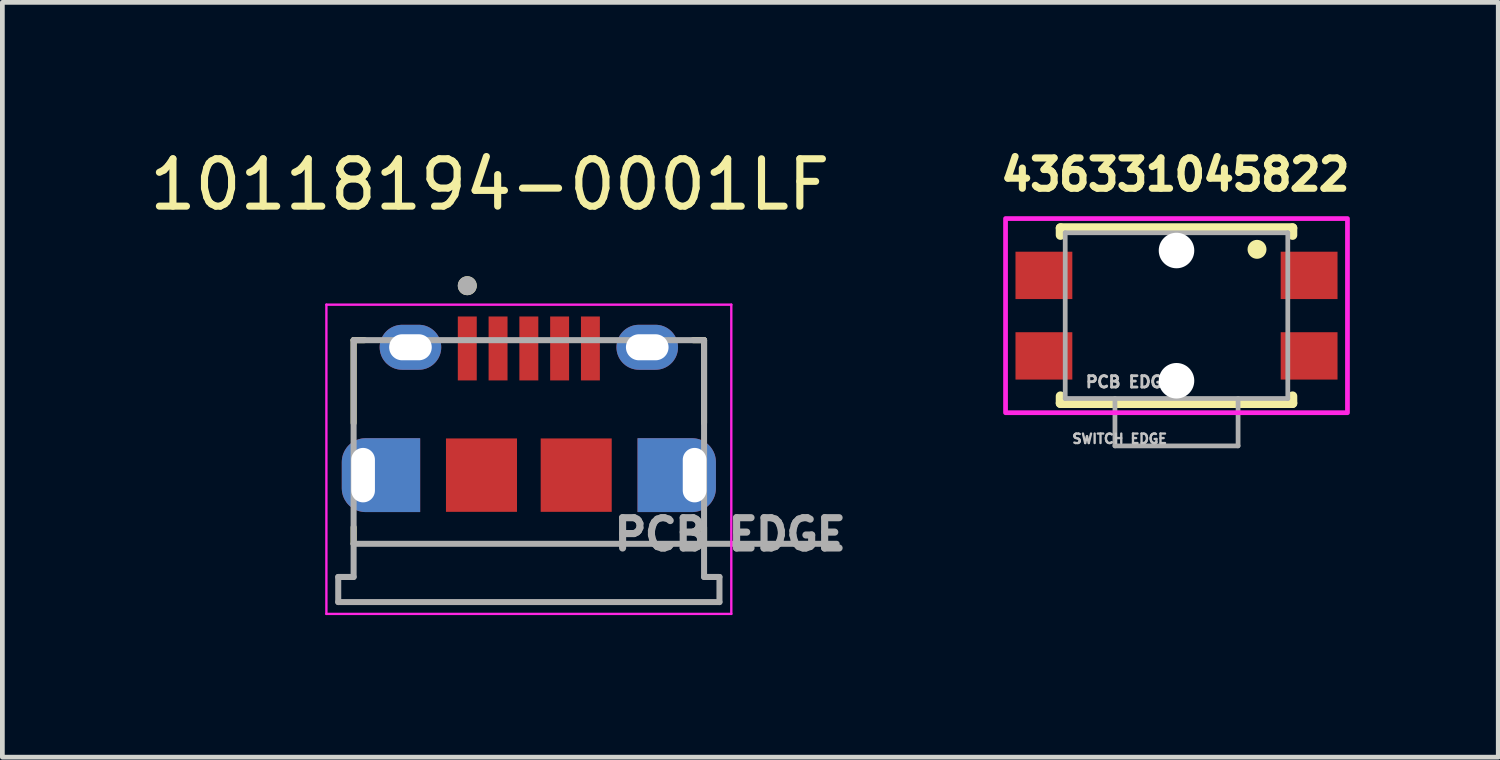
<source format=kicad_pcb>
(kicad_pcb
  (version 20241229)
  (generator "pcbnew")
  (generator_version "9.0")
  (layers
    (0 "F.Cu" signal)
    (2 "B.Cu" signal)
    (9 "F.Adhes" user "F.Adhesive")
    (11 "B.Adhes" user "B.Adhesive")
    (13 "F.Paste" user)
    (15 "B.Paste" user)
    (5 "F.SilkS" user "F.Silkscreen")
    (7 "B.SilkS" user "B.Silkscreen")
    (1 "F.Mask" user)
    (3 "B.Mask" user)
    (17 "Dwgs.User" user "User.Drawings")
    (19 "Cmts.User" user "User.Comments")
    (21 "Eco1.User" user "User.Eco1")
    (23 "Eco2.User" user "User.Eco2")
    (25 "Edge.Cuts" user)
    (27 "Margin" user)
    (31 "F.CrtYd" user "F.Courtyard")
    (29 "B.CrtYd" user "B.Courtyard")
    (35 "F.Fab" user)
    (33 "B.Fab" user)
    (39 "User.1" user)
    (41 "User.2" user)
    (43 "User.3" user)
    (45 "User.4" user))
  (footprint "436331045822"
    (layer "F.Cu")
    (at 21.793 3.615)
    (property "Reference" "436331045822" (at -0.025 -2.978 0) (layer "F.SilkS") (effects (font (size 0.64 0.64) (thickness 0.15))))
    (attr smd)
    (fp_line (start -2.45 -1.85) (end 2.45 -1.85) (stroke (width 0.2) (type solid)) (layer "F.SilkS"))
    (fp_line (start -2.45 -1.7) (end -2.45 -1.85) (stroke (width 0.2) (type solid)) (layer "F.SilkS"))
    (fp_line (start -2.45 1.7) (end -2.45 1.85) (stroke (width 0.2) (type solid)) (layer "F.SilkS"))
    (fp_line (start -2.45 1.85) (end 2.45 1.85) (stroke (width 0.2) (type solid)) (layer "F.SilkS"))
    (fp_line (start 2.45 -1.85) (end 2.45 -1.7) (stroke (width 0.2) (type solid)) (layer "F.SilkS"))
    (fp_line (start 2.45 1.85) (end 2.45 1.7) (stroke (width 0.2) (type solid)) (layer "F.SilkS"))
    (fp_circle (center 1.7 -1.4) (end 1.8 -1.4) (stroke (width 0.2) (type solid)) (fill no) (layer "F.SilkS"))
    (fp_poly (pts (xy -3.61 -2.05) (xy 3.61 -2.05) (xy 3.61 2.05) (xy -3.61 2.05)) (stroke (width 0.1) (type solid)) (fill no) (layer "F.CrtYd"))
    (fp_line (start -2.35 -1.75) (end -2.35 1.75) (stroke (width 0.1) (type solid)) (layer "F.Fab"))
    (fp_line (start -1.3 1.75) (end -1.3 2.75) (stroke (width 0.1) (type solid)) (layer "F.Fab"))
    (fp_line (start -1.3 2.75) (end 1.3 2.75) (stroke (width 0.1) (type solid)) (layer "F.Fab"))
    (fp_line (start 1.3 2.75) (end 1.3 1.75) (stroke (width 0.1) (type solid)) (layer "F.Fab"))
    (fp_line (start 2.35 -1.75) (end -2.35 -1.75) (stroke (width 0.1) (type solid)) (layer "F.Fab"))
    (fp_line (start 2.35 1.75) (end -2.35 1.75) (stroke (width 0.1) (type solid)) (layer "F.Fab"))
    (fp_line (start 2.35 1.75) (end 2.35 -1.75) (stroke (width 0.1) (type solid)) (layer "F.Fab"))
    (fp_text user "PCB EDGE" (at -1 1.4 0) (layer "Dwgs.User") (effects (font (size 0.24 0.24) (thickness 0.15))))
    (fp_text user "SWITCH EDGE" (at -1.2 2.6 0) (layer "Dwgs.User") (effects (font (size 0.2 0.2) (thickness 0.15))))
    (pad "" np_thru_hole circle (at 0 -1.375) (size 0.75 0.75) (drill 0.75) (layers "*.Cu" "*.Mask"))
    (pad "" np_thru_hole circle (at 0 1.375) (size 0.75 0.75) (drill 0.75) (layers "*.Cu" "*.Mask"))
    (pad "1" smd rect (at 2.8 -0.85) (size 1.2 1) (layers "F.Cu" "F.Mask" "F.Paste"))
    (pad "2" smd rect (at 2.8 0.85) (size 1.2 1) (layers "F.Cu" "F.Mask" "F.Paste"))
    (pad "3" smd rect (at -2.8 -0.85) (size 1.2 1) (layers "F.Cu" "F.Mask" "F.Paste"))
    (pad "4" smd rect (at -2.8 0.85) (size 1.2 1) (layers "F.Cu" "F.Mask" "F.Paste")))
  (footprint "10118194-0001LF"
    (layer "F.Cu")
    (at 8.117 6.983)
    (property "Reference" "10118194-0001LF" (at -0.825 -6.135 0) (layer "F.SilkS") (effects (font (size 1 1) (thickness 0.15))))
    (attr smd)
    (fp_poly (pts (xy -2.2 0.875) (xy -3.445 0.875) (xy -3.476 0.874) (xy -3.508 0.872) (xy -3.539 0.868) (xy -3.57 0.862) (xy -3.6 0.855) (xy -3.63 0.846) (xy -3.66 0.835) (xy -3.689 0.823) (xy -3.717 0.81) (xy -3.745 0.795) (xy -3.772 0.778) (xy -3.798 0.76) (xy -3.823 0.741) (xy -3.846 0.721) (xy -3.869 0.699) (xy -3.891 0.676) (xy -3.911 0.653) (xy -3.93 0.628) (xy -3.948 0.602) (xy -3.965 0.575) (xy -3.98 0.547) (xy -3.993 0.519) (xy -4.005 0.49) (xy -4.016 0.46) (xy -4.025 0.43) (xy -4.032 0.4) (xy -4.038 0.369) (xy -4.042 0.338) (xy -4.044 0.306) (xy -4.045 0.275) (xy -4.045 -0.275) (xy -4.044 -0.306) (xy -4.042 -0.338) (xy -4.038 -0.369) (xy -4.032 -0.4) (xy -4.025 -0.43) (xy -4.016 -0.46) (xy -4.005 -0.49) (xy -3.993 -0.519) (xy -3.98 -0.547) (xy -3.965 -0.575) (xy -3.948 -0.602) (xy -3.93 -0.628) (xy -3.911 -0.653) (xy -3.891 -0.676) (xy -3.869 -0.699) (xy -3.846 -0.721) (xy -3.823 -0.741) (xy -3.798 -0.76) (xy -3.772 -0.778) (xy -3.745 -0.795) (xy -3.717 -0.81) (xy -3.689 -0.823) (xy -3.66 -0.835) (xy -3.63 -0.846) (xy -3.6 -0.855) (xy -3.57 -0.862) (xy -3.539 -0.868) (xy -3.508 -0.872) (xy -3.476 -0.874) (xy -3.445 -0.875) (xy -2.2 -0.875) (xy -2.2 0.875)) (stroke (width 0.01) (type solid)) (fill yes) (layer "F.Mask"))
    (fp_poly (pts (xy 2.2 -0.875) (xy 3.445 -0.875) (xy 3.476 -0.874) (xy 3.508 -0.872) (xy 3.539 -0.868) (xy 3.57 -0.862) (xy 3.6 -0.855) (xy 3.63 -0.846) (xy 3.66 -0.835) (xy 3.689 -0.823) (xy 3.717 -0.81) (xy 3.745 -0.795) (xy 3.772 -0.778) (xy 3.798 -0.76) (xy 3.823 -0.741) (xy 3.846 -0.721) (xy 3.869 -0.699) (xy 3.891 -0.676) (xy 3.911 -0.653) (xy 3.93 -0.628) (xy 3.948 -0.602) (xy 3.965 -0.575) (xy 3.98 -0.547) (xy 3.993 -0.519) (xy 4.005 -0.49) (xy 4.016 -0.46) (xy 4.025 -0.43) (xy 4.032 -0.4) (xy 4.038 -0.369) (xy 4.042 -0.338) (xy 4.044 -0.306) (xy 4.045 -0.275) (xy 4.045 0.275) (xy 4.044 0.306) (xy 4.042 0.338) (xy 4.038 0.369) (xy 4.032 0.4) (xy 4.025 0.43) (xy 4.016 0.46) (xy 4.005 0.49) (xy 3.993 0.519) (xy 3.98 0.547) (xy 3.965 0.575) (xy 3.948 0.602) (xy 3.93 0.628) (xy 3.911 0.653) (xy 3.891 0.676) (xy 3.869 0.699) (xy 3.846 0.721) (xy 3.823 0.741) (xy 3.798 0.76) (xy 3.772 0.778) (xy 3.745 0.795) (xy 3.717 0.81) (xy 3.689 0.823) (xy 3.66 0.835) (xy 3.63 0.846) (xy 3.6 0.855) (xy 3.57 0.862) (xy 3.539 0.868) (xy 3.508 0.872) (xy 3.476 0.874) (xy 3.445 0.875) (xy 2.2 0.875) (xy 2.2 -0.875)) (stroke (width 0.01) (type solid)) (fill yes) (layer "F.Mask"))
    (fp_poly (pts (xy -3.013 -0.388) (xy -3.013 0.388) (xy -3.013 0.413) (xy -3.015 0.438) (xy -3.019 0.464) (xy -3.023 0.489) (xy -3.029 0.514) (xy -3.036 0.538) (xy -3.045 0.562) (xy -3.055 0.586) (xy -3.066 0.609) (xy -3.078 0.631) (xy -3.091 0.653) (xy -3.106 0.674) (xy -3.121 0.694) (xy -3.138 0.714) (xy -3.155 0.732) (xy -3.174 0.75) (xy -3.193 0.766) (xy -3.213 0.782) (xy -3.234 0.796) (xy -3.256 0.81) (xy -3.279 0.822) (xy -3.302 0.833) (xy -3.325 0.843) (xy -3.349 0.851) (xy -3.374 0.858) (xy -3.399 0.864) (xy -3.424 0.869) (xy -3.449 0.872) (xy -3.474 0.874) (xy -3.5 0.875) (xy -3.526 0.874) (xy -3.551 0.872) (xy -3.576 0.869) (xy -3.601 0.864) (xy -3.626 0.858) (xy -3.651 0.851) (xy -3.675 0.843) (xy -3.698 0.833) (xy -3.721 0.822) (xy -3.744 0.81) (xy -3.766 0.796) (xy -3.787 0.782) (xy -3.807 0.766) (xy -3.826 0.75) (xy -3.845 0.732) (xy -3.862 0.714) (xy -3.879 0.694) (xy -3.894 0.674) (xy -3.909 0.653) (xy -3.922 0.631) (xy -3.934 0.609) (xy -3.945 0.586) (xy -3.955 0.562) (xy -3.964 0.538) (xy -3.971 0.514) (xy -3.977 0.489) (xy -3.981 0.464) (xy -3.985 0.438) (xy -3.987 0.413) (xy -3.987 0.388) (xy -3.987 -0.388) (xy -3.987 -0.413) (xy -3.985 -0.438) (xy -3.981 -0.464) (xy -3.977 -0.489) (xy -3.971 -0.514) (xy -3.964 -0.538) (xy -3.955 -0.562) (xy -3.945 -0.586) (xy -3.934 -0.609) (xy -3.922 -0.631) (xy -3.909 -0.653) (xy -3.894 -0.674) (xy -3.879 -0.694) (xy -3.862 -0.714) (xy -3.845 -0.732) (xy -3.826 -0.75) (xy -3.807 -0.766) (xy -3.787 -0.782) (xy -3.766 -0.796) (xy -3.744 -0.81) (xy -3.721 -0.822) (xy -3.698 -0.833) (xy -3.675 -0.843) (xy -3.651 -0.851) (xy -3.626 -0.858) (xy -3.601 -0.864) (xy -3.576 -0.869) (xy -3.551 -0.872) (xy -3.526 -0.874) (xy -3.5 -0.875) (xy -3.474 -0.874) (xy -3.449 -0.872) (xy -3.424 -0.869) (xy -3.399 -0.864) (xy -3.374 -0.858) (xy -3.349 -0.851) (xy -3.325 -0.843) (xy -3.302 -0.833) (xy -3.279 -0.822) (xy -3.256 -0.81) (xy -3.234 -0.796) (xy -3.213 -0.782) (xy -3.193 -0.766) (xy -3.174 -0.75) (xy -3.155 -0.732) (xy -3.138 -0.714) (xy -3.121 -0.694) (xy -3.106 -0.674) (xy -3.091 -0.653) (xy -3.078 -0.631) (xy -3.066 -0.609) (xy -3.055 -0.586) (xy -3.045 -0.562) (xy -3.036 -0.538) (xy -3.029 -0.514) (xy -3.023 -0.489) (xy -3.019 -0.464) (xy -3.015 -0.438) (xy -3.013 -0.413) (xy -3.013 -0.388) (xy -3.013 -0.388)) (stroke (width 0.01) (type solid)) (fill yes) (layer "B.Mask"))
    (fp_poly (pts (xy 3.987 -0.388) (xy 3.987 0.388) (xy 3.987 0.413) (xy 3.985 0.438) (xy 3.981 0.464) (xy 3.977 0.489) (xy 3.971 0.514) (xy 3.964 0.538) (xy 3.955 0.562) (xy 3.945 0.586) (xy 3.934 0.609) (xy 3.922 0.631) (xy 3.909 0.653) (xy 3.894 0.674) (xy 3.879 0.694) (xy 3.862 0.714) (xy 3.845 0.732) (xy 3.826 0.75) (xy 3.807 0.766) (xy 3.787 0.782) (xy 3.766 0.796) (xy 3.744 0.81) (xy 3.721 0.822) (xy 3.698 0.833) (xy 3.675 0.843) (xy 3.651 0.851) (xy 3.626 0.858) (xy 3.601 0.864) (xy 3.576 0.869) (xy 3.551 0.872) (xy 3.526 0.874) (xy 3.5 0.875) (xy 3.474 0.874) (xy 3.449 0.872) (xy 3.424 0.869) (xy 3.399 0.864) (xy 3.374 0.858) (xy 3.349 0.851) (xy 3.325 0.843) (xy 3.302 0.833) (xy 3.279 0.822) (xy 3.256 0.81) (xy 3.234 0.796) (xy 3.213 0.782) (xy 3.193 0.766) (xy 3.174 0.75) (xy 3.155 0.732) (xy 3.138 0.714) (xy 3.121 0.694) (xy 3.106 0.674) (xy 3.091 0.653) (xy 3.078 0.631) (xy 3.066 0.609) (xy 3.055 0.586) (xy 3.045 0.562) (xy 3.036 0.538) (xy 3.029 0.514) (xy 3.023 0.489) (xy 3.019 0.464) (xy 3.015 0.438) (xy 3.013 0.413) (xy 3.013 0.388) (xy 3.013 -0.388) (xy 3.013 -0.413) (xy 3.015 -0.438) (xy 3.019 -0.464) (xy 3.023 -0.489) (xy 3.029 -0.514) (xy 3.036 -0.538) (xy 3.045 -0.562) (xy 3.055 -0.586) (xy 3.066 -0.609) (xy 3.078 -0.631) (xy 3.091 -0.653) (xy 3.106 -0.674) (xy 3.121 -0.694) (xy 3.138 -0.714) (xy 3.155 -0.732) (xy 3.174 -0.75) (xy 3.193 -0.766) (xy 3.213 -0.782) (xy 3.234 -0.796) (xy 3.256 -0.81) (xy 3.279 -0.822) (xy 3.302 -0.833) (xy 3.325 -0.843) (xy 3.349 -0.851) (xy 3.374 -0.858) (xy 3.399 -0.864) (xy 3.424 -0.869) (xy 3.449 -0.872) (xy 3.474 -0.874) (xy 3.5 -0.875) (xy 3.526 -0.874) (xy 3.551 -0.872) (xy 3.576 -0.869) (xy 3.601 -0.864) (xy 3.626 -0.858) (xy 3.651 -0.851) (xy 3.675 -0.843) (xy 3.698 -0.833) (xy 3.721 -0.822) (xy 3.744 -0.81) (xy 3.766 -0.796) (xy 3.787 -0.782) (xy 3.807 -0.766) (xy 3.826 -0.75) (xy 3.845 -0.732) (xy 3.862 -0.714) (xy 3.879 -0.694) (xy 3.894 -0.674) (xy 3.909 -0.653) (xy 3.922 -0.631) (xy 3.934 -0.609) (xy 3.945 -0.586) (xy 3.955 -0.562) (xy 3.964 -0.538) (xy 3.971 -0.514) (xy 3.977 -0.489) (xy 3.981 -0.464) (xy 3.985 -0.438) (xy 3.987 -0.413) (xy 3.987 -0.388) (xy 3.987 -0.388)) (stroke (width 0.01) (type solid)) (fill yes) (layer "B.Mask"))
    (fp_line (start -3.7 -2.85) (end -3.47 -2.85) (stroke (width 0.127) (type solid)) (layer "F.SilkS"))
    (fp_line (start -3.7 -1.1) (end -3.7 -2.85) (stroke (width 0.127) (type solid)) (layer "F.SilkS"))
    (fp_line (start -3.7 1.45) (end -3.7 1.1) (stroke (width 0.127) (type solid)) (layer "F.SilkS"))
    (fp_line (start 3.47 -2.85) (end 3.7 -2.85) (stroke (width 0.127) (type solid)) (layer "F.SilkS"))
    (fp_line (start 3.7 -2.85) (end 3.7 -1.1) (stroke (width 0.127) (type solid)) (layer "F.SilkS"))
    (fp_line (start 3.7 1.1) (end 3.7 1.45) (stroke (width 0.127) (type solid)) (layer "F.SilkS"))
    (fp_circle (center -1.3 -4) (end -1.2 -4) (stroke (width 0.2) (type solid)) (fill no) (layer "F.SilkS"))
    (fp_poly (pts (xy -2.3 0.775) (xy -3.445 0.775) (xy -3.471 0.774) (xy -3.497 0.772) (xy -3.523 0.769) (xy -3.549 0.764) (xy -3.574 0.758) (xy -3.6 0.751) (xy -3.624 0.742) (xy -3.648 0.732) (xy -3.672 0.721) (xy -3.695 0.708) (xy -3.717 0.694) (xy -3.739 0.68) (xy -3.76 0.664) (xy -3.78 0.647) (xy -3.799 0.629) (xy -3.817 0.61) (xy -3.834 0.59) (xy -3.85 0.569) (xy -3.864 0.547) (xy -3.878 0.525) (xy -3.891 0.502) (xy -3.902 0.478) (xy -3.912 0.454) (xy -3.921 0.43) (xy -3.928 0.404) (xy -3.934 0.379) (xy -3.939 0.353) (xy -3.942 0.327) (xy -3.944 0.301) (xy -3.945 0.275) (xy -3.945 -0.275) (xy -3.944 -0.301) (xy -3.942 -0.327) (xy -3.939 -0.353) (xy -3.934 -0.379) (xy -3.928 -0.404) (xy -3.921 -0.43) (xy -3.912 -0.454) (xy -3.902 -0.478) (xy -3.891 -0.502) (xy -3.878 -0.525) (xy -3.864 -0.547) (xy -3.85 -0.569) (xy -3.834 -0.59) (xy -3.817 -0.61) (xy -3.799 -0.629) (xy -3.78 -0.647) (xy -3.76 -0.664) (xy -3.739 -0.68) (xy -3.717 -0.694) (xy -3.695 -0.708) (xy -3.672 -0.721) (xy -3.648 -0.732) (xy -3.624 -0.742) (xy -3.6 -0.751) (xy -3.574 -0.758) (xy -3.549 -0.764) (xy -3.523 -0.769) (xy -3.497 -0.772) (xy -3.471 -0.774) (xy -3.445 -0.775) (xy -2.3 -0.775) (xy -2.3 0.775)) (stroke (width 0.01) (type solid)) (fill yes) (layer "F.Paste"))
    (fp_poly (pts (xy 2.3 -0.775) (xy 3.445 -0.775) (xy 3.471 -0.774) (xy 3.497 -0.772) (xy 3.523 -0.769) (xy 3.549 -0.764) (xy 3.574 -0.758) (xy 3.6 -0.751) (xy 3.624 -0.742) (xy 3.648 -0.732) (xy 3.672 -0.721) (xy 3.695 -0.708) (xy 3.717 -0.694) (xy 3.739 -0.68) (xy 3.76 -0.664) (xy 3.78 -0.647) (xy 3.799 -0.629) (xy 3.817 -0.61) (xy 3.834 -0.59) (xy 3.85 -0.569) (xy 3.864 -0.547) (xy 3.878 -0.525) (xy 3.891 -0.502) (xy 3.902 -0.478) (xy 3.912 -0.454) (xy 3.921 -0.43) (xy 3.928 -0.404) (xy 3.934 -0.379) (xy 3.939 -0.353) (xy 3.942 -0.327) (xy 3.944 -0.301) (xy 3.945 -0.275) (xy 3.945 0.275) (xy 3.944 0.301) (xy 3.942 0.327) (xy 3.939 0.353) (xy 3.934 0.379) (xy 3.928 0.404) (xy 3.921 0.43) (xy 3.912 0.454) (xy 3.902 0.478) (xy 3.891 0.502) (xy 3.878 0.525) (xy 3.864 0.547) (xy 3.85 0.569) (xy 3.834 0.59) (xy 3.817 0.61) (xy 3.799 0.629) (xy 3.78 0.647) (xy 3.76 0.664) (xy 3.739 0.68) (xy 3.717 0.694) (xy 3.695 0.708) (xy 3.672 0.721) (xy 3.648 0.732) (xy 3.624 0.742) (xy 3.6 0.751) (xy 3.574 0.758) (xy 3.549 0.764) (xy 3.523 0.769) (xy 3.497 0.772) (xy 3.471 0.774) (xy 3.445 0.775) (xy 2.3 0.775) (xy 2.3 -0.775)) (stroke (width 0.01) (type solid)) (fill yes) (layer "F.Paste"))
    (fp_line (start -4.275 -3.6) (end -4.275 2.93) (stroke (width 0.05) (type solid)) (layer "F.CrtYd"))
    (fp_line (start -4.275 2.93) (end 4.275 2.93) (stroke (width 0.05) (type solid)) (layer "F.CrtYd"))
    (fp_line (start 4.275 -3.6) (end -4.275 -3.6) (stroke (width 0.05) (type solid)) (layer "F.CrtYd"))
    (fp_line (start 4.275 2.93) (end 4.275 -3.6) (stroke (width 0.05) (type solid)) (layer "F.CrtYd"))
    (fp_line (start -4.025 2.15) (end -3.7 2.15) (stroke (width 0.127) (type solid)) (layer "F.Fab"))
    (fp_line (start -4.025 2.68) (end -4.025 2.15) (stroke (width 0.127) (type solid)) (layer "F.Fab"))
    (fp_line (start -3.7 -2.85) (end 3.7 -2.85) (stroke (width 0.127) (type solid)) (layer "F.Fab"))
    (fp_line (start -3.7 1.45) (end -3.7 -2.85) (stroke (width 0.127) (type solid)) (layer "F.Fab"))
    (fp_line (start -3.7 1.45) (end 6.5 1.45) (stroke (width 0.127) (type solid)) (layer "F.Fab"))
    (fp_line (start -3.7 2.15) (end -3.7 1.45) (stroke (width 0.127) (type solid)) (layer "F.Fab"))
    (fp_line (start 3.7 -2.85) (end 3.7 2.15) (stroke (width 0.127) (type solid)) (layer "F.Fab"))
    (fp_line (start 4.025 2.15) (end 3.7 2.15) (stroke (width 0.127) (type solid)) (layer "F.Fab"))
    (fp_line (start 4.025 2.68) (end -4.025 2.68) (stroke (width 0.127) (type solid)) (layer "F.Fab"))
    (fp_line (start 4.025 2.68) (end 4.025 2.15) (stroke (width 0.127) (type solid)) (layer "F.Fab"))
    (fp_circle (center -1.3 -4) (end -1.2 -4) (stroke (width 0.2) (type solid)) (fill no) (layer "F.Fab"))
    (fp_text user "PCB EDGE" (at 4.25 1.25 0) (layer "F.Fab") (effects (font (size 0.64 0.64) (thickness 0.15))))
    (pad "1" smd rect (at -1.3 -2.675) (size 0.4 1.35) (layers "F.Cu" "F.Mask" "F.Paste"))
    (pad "2" smd rect (at -0.65 -2.675) (size 0.4 1.35) (layers "F.Cu" "F.Mask" "F.Paste"))
    (pad "3" smd rect (at 0 -2.675) (size 0.4 1.35) (layers "F.Cu" "F.Mask" "F.Paste"))
    (pad "4" smd rect (at 0.65 -2.675) (size 0.4 1.35) (layers "F.Cu" "F.Mask" "F.Paste"))
    (pad "5" smd rect (at 1.3 -2.675) (size 0.4 1.35) (layers "F.Cu" "F.Mask" "F.Paste"))
    (pad "SH1" thru_hole custom (at -3.5 0) (size 0.775 1.55) (drill oval 0.5 1.15) (layers "*.Cu") (options (anchor circle)) (primitives (gr_poly (pts (xy 1.2 0.775) (xy 0.055 0.775) (xy 0.029 0.774) (xy 0.003 0.772) (xy -0.023 0.769) (xy -0.049 0.764) (xy -0.074 0.758) (xy -0.1 0.751) (xy -0.124 0.742) (xy -0.148 0.732) (xy -0.172 0.721) (xy -0.195 0.708) (xy -0.217 0.694) (xy -0.239 0.68) (xy -0.26 0.664) (xy -0.28 0.647) (xy -0.299 0.629) (xy -0.317 0.61) (xy -0.334 0.59) (xy -0.35 0.569) (xy -0.364 0.547) (xy -0.378 0.525) (xy -0.391 0.502) (xy -0.402 0.478) (xy -0.412 0.454) (xy -0.421 0.43) (xy -0.428 0.404) (xy -0.434 0.379) (xy -0.439 0.353) (xy -0.442 0.327) (xy -0.444 0.301) (xy -0.445 0.275) (xy -0.445 -0.275) (xy -0.444 -0.301) (xy -0.442 -0.327) (xy -0.439 -0.353) (xy -0.434 -0.379) (xy -0.428 -0.404) (xy -0.421 -0.43) (xy -0.412 -0.454) (xy -0.402 -0.478) (xy -0.391 -0.502) (xy -0.378 -0.525) (xy -0.364 -0.547) (xy -0.35 -0.569) (xy -0.334 -0.59) (xy -0.317 -0.61) (xy -0.299 -0.629) (xy -0.28 -0.647) (xy -0.26 -0.664) (xy -0.239 -0.68) (xy -0.217 -0.694) (xy -0.195 -0.708) (xy -0.172 -0.721) (xy -0.148 -0.732) (xy -0.124 -0.742) (xy -0.1 -0.751) (xy -0.074 -0.758) (xy -0.049 -0.764) (xy -0.023 -0.769) (xy 0.003 -0.772) (xy 0.029 -0.774) (xy 0.055 -0.775) (xy 1.2 -0.775) (xy 1.2 0.775)) (width 0.01) (fill yes))))
    (pad "SH2" smd rect (at 1 0) (size 1.5 1.55) (layers "F.Cu" "F.Mask" "F.Paste"))
    (pad "SH3" smd rect (at -1 0) (size 1.5 1.55) (layers "F.Cu" "F.Mask" "F.Paste"))
    (pad "SH4" thru_hole custom (at 3.5 0) (size 0.775 1.55) (drill oval 0.5 1.15) (layers "*.Cu") (options (anchor circle)) (primitives (gr_poly (pts (xy -1.2 -0.775) (xy -0.055 -0.775) (xy -0.029 -0.774) (xy -0.003 -0.772) (xy 0.023 -0.769) (xy 0.049 -0.764) (xy 0.074 -0.758) (xy 0.1 -0.751) (xy 0.124 -0.742) (xy 0.148 -0.732) (xy 0.172 -0.721) (xy 0.195 -0.708) (xy 0.217 -0.694) (xy 0.239 -0.68) (xy 0.26 -0.664) (xy 0.28 -0.647) (xy 0.299 -0.629) (xy 0.317 -0.61) (xy 0.334 -0.59) (xy 0.35 -0.569) (xy 0.364 -0.547) (xy 0.378 -0.525) (xy 0.391 -0.502) (xy 0.402 -0.478) (xy 0.412 -0.454) (xy 0.421 -0.43) (xy 0.428 -0.404) (xy 0.434 -0.379) (xy 0.439 -0.353) (xy 0.442 -0.327) (xy 0.444 -0.301) (xy 0.445 -0.275) (xy 0.445 0.275) (xy 0.444 0.301) (xy 0.442 0.327) (xy 0.439 0.353) (xy 0.434 0.379) (xy 0.428 0.404) (xy 0.421 0.43) (xy 0.412 0.454) (xy 0.402 0.478) (xy 0.391 0.502) (xy 0.378 0.525) (xy 0.364 0.547) (xy 0.35 0.569) (xy 0.334 0.59) (xy 0.317 0.61) (xy 0.299 0.629) (xy 0.28 0.647) (xy 0.26 0.664) (xy 0.239 0.68) (xy 0.217 0.694) (xy 0.195 0.708) (xy 0.172 0.721) (xy 0.148 0.732) (xy 0.124 0.742) (xy 0.1 0.751) (xy 0.074 0.758) (xy 0.049 0.764) (xy 0.023 0.769) (xy -0.003 0.772) (xy -0.029 0.774) (xy -0.055 0.775) (xy -1.2 0.775) (xy -1.2 -0.775)) (width 0.01) (fill yes))))
    (pad "SH5" thru_hole oval (at -2.5 -2.7) (size 1.3 0.95) (drill oval 0.9 0.55) (layers "*.Cu" "*.Mask"))
    (pad "SH6" thru_hole oval (at 2.5 -2.7) (size 1.3 0.95) (drill oval 0.9 0.55) (layers "*.Cu" "*.Mask")))
  (gr_rect
    (start -3 -3)
    (end 28.587 12.938)
    (stroke (width 0.1) (type default))
    (fill no)
    (layer "Edge.Cuts")))
</source>
